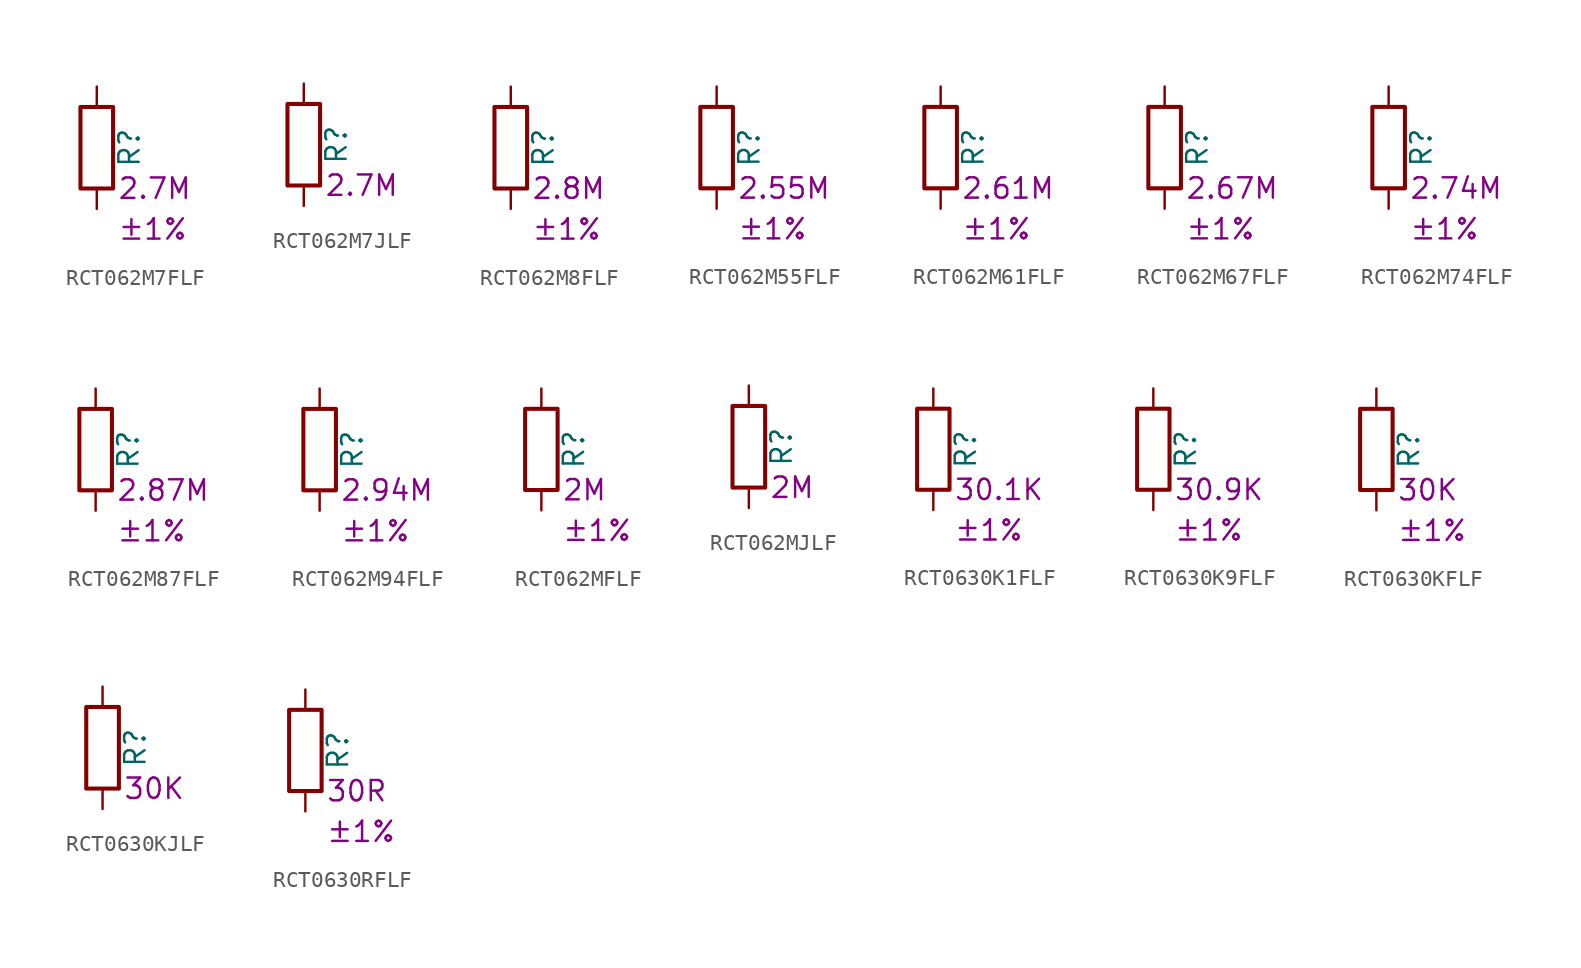
<source format=kicad_sym>
(kicad_symbol_lib
  (version 20220914)
  (generator kicad_symbol_editor)
  (symbol "RCT062M7FLF"
    (pin_numbers hide)
    (pin_names
      (offset 0))
    (property "Reference" "R"
      (at 2.032 0 90)
      (effects (font (size 1.27 1.27))))
    (property "Resistance" "2.7M"
      (at 1.27 -2.54 0)
      (effects (font (size 1.27 1.27)) (justify left)))
    (property "Tolerance" "±1%"
      (at 1.27 -5.08 0)
      (effects (font (size 1.27 1.27)) (justify left)))
    (symbol "RCT062M7FLF_0_1"
      (rectangle (start -1.016 -2.54) (end 1.016 2.54) (stroke (width 0.254) (type default)) (fill (type none))))
    (symbol "RCT062M7FLF_1_1"
      (pin passive line (at 0 3.81 270) (length 1.27) (name "~" (effects (font (size 1.27 1.27)))) (number "1" (effects (font (size 1.27 1.27)))))
      (pin passive line (at 0 -3.81 90) (length 1.27) (name "~" (effects (font (size 1.27 1.27)))) (number "2" (effects (font (size 1.27 1.27)))))))
  (symbol "RCT062M7JLF"
    (pin_numbers hide)
    (pin_names
      (offset 0))
    (property "Reference" "R"
      (at 2.032 0 90)
      (effects (font (size 1.27 1.27))))
    (property "Resistance" "2.7M"
      (at 1.27 -2.54 0)
      (effects (font (size 1.27 1.27)) (justify left)))
    (symbol "RCT062M7JLF_0_1"
      (rectangle (start -1.016 -2.54) (end 1.016 2.54) (stroke (width 0.254) (type default)) (fill (type none))))
    (symbol "RCT062M7JLF_1_1"
      (pin passive line (at 0 3.81 270) (length 1.27) (name "~" (effects (font (size 1.27 1.27)))) (number "1" (effects (font (size 1.27 1.27)))))
      (pin passive line (at 0 -3.81 90) (length 1.27) (name "~" (effects (font (size 1.27 1.27)))) (number "2" (effects (font (size 1.27 1.27)))))))
  (symbol "RCT062M8FLF"
    (pin_numbers hide)
    (pin_names
      (offset 0))
    (property "Reference" "R"
      (at 2.032 0 90)
      (effects (font (size 1.27 1.27))))
    (property "Resistance" "2.8M"
      (at 1.27 -2.54 0)
      (effects (font (size 1.27 1.27)) (justify left)))
    (property "Tolerance" "±1%"
      (at 1.27 -5.08 0)
      (effects (font (size 1.27 1.27)) (justify left)))
    (symbol "RCT062M8FLF_0_1"
      (rectangle (start -1.016 -2.54) (end 1.016 2.54) (stroke (width 0.254) (type default)) (fill (type none))))
    (symbol "RCT062M8FLF_1_1"
      (pin passive line (at 0 3.81 270) (length 1.27) (name "~" (effects (font (size 1.27 1.27)))) (number "1" (effects (font (size 1.27 1.27)))))
      (pin passive line (at 0 -3.81 90) (length 1.27) (name "~" (effects (font (size 1.27 1.27)))) (number "2" (effects (font (size 1.27 1.27)))))))
  (symbol "RCT062M55FLF"
    (pin_numbers hide)
    (pin_names
      (offset 0))
    (property "Reference" "R"
      (at 2.032 0 90)
      (effects (font (size 1.27 1.27))))
    (property "Resistance" "2.55M"
      (at 1.27 -2.54 0)
      (effects (font (size 1.27 1.27)) (justify left)))
    (property "Tolerance" "±1%"
      (at 1.27 -5.08 0)
      (effects (font (size 1.27 1.27)) (justify left)))
    (symbol "RCT062M55FLF_0_1"
      (rectangle (start -1.016 -2.54) (end 1.016 2.54) (stroke (width 0.254) (type default)) (fill (type none))))
    (symbol "RCT062M55FLF_1_1"
      (pin passive line (at 0 3.81 270) (length 1.27) (name "~" (effects (font (size 1.27 1.27)))) (number "1" (effects (font (size 1.27 1.27)))))
      (pin passive line (at 0 -3.81 90) (length 1.27) (name "~" (effects (font (size 1.27 1.27)))) (number "2" (effects (font (size 1.27 1.27)))))))
  (symbol "RCT062M61FLF"
    (pin_numbers hide)
    (pin_names
      (offset 0))
    (property "Reference" "R"
      (at 2.032 0 90)
      (effects (font (size 1.27 1.27))))
    (property "Resistance" "2.61M"
      (at 1.27 -2.54 0)
      (effects (font (size 1.27 1.27)) (justify left)))
    (property "Tolerance" "±1%"
      (at 1.27 -5.08 0)
      (effects (font (size 1.27 1.27)) (justify left)))
    (symbol "RCT062M61FLF_0_1"
      (rectangle (start -1.016 -2.54) (end 1.016 2.54) (stroke (width 0.254) (type default)) (fill (type none))))
    (symbol "RCT062M61FLF_1_1"
      (pin passive line (at 0 3.81 270) (length 1.27) (name "~" (effects (font (size 1.27 1.27)))) (number "1" (effects (font (size 1.27 1.27)))))
      (pin passive line (at 0 -3.81 90) (length 1.27) (name "~" (effects (font (size 1.27 1.27)))) (number "2" (effects (font (size 1.27 1.27)))))))
  (symbol "RCT062M67FLF"
    (pin_numbers hide)
    (pin_names
      (offset 0))
    (property "Reference" "R"
      (at 2.032 0 90)
      (effects (font (size 1.27 1.27))))
    (property "Resistance" "2.67M"
      (at 1.27 -2.54 0)
      (effects (font (size 1.27 1.27)) (justify left)))
    (property "Tolerance" "±1%"
      (at 1.27 -5.08 0)
      (effects (font (size 1.27 1.27)) (justify left)))
    (symbol "RCT062M67FLF_0_1"
      (rectangle (start -1.016 -2.54) (end 1.016 2.54) (stroke (width 0.254) (type default)) (fill (type none))))
    (symbol "RCT062M67FLF_1_1"
      (pin passive line (at 0 3.81 270) (length 1.27) (name "~" (effects (font (size 1.27 1.27)))) (number "1" (effects (font (size 1.27 1.27)))))
      (pin passive line (at 0 -3.81 90) (length 1.27) (name "~" (effects (font (size 1.27 1.27)))) (number "2" (effects (font (size 1.27 1.27)))))))
  (symbol "RCT062M74FLF"
    (pin_numbers hide)
    (pin_names
      (offset 0))
    (property "Reference" "R"
      (at 2.032 0 90)
      (effects (font (size 1.27 1.27))))
    (property "Resistance" "2.74M"
      (at 1.27 -2.54 0)
      (effects (font (size 1.27 1.27)) (justify left)))
    (property "Tolerance" "±1%"
      (at 1.27 -5.08 0)
      (effects (font (size 1.27 1.27)) (justify left)))
    (symbol "RCT062M74FLF_0_1"
      (rectangle (start -1.016 -2.54) (end 1.016 2.54) (stroke (width 0.254) (type default)) (fill (type none))))
    (symbol "RCT062M74FLF_1_1"
      (pin passive line (at 0 3.81 270) (length 1.27) (name "~" (effects (font (size 1.27 1.27)))) (number "1" (effects (font (size 1.27 1.27)))))
      (pin passive line (at 0 -3.81 90) (length 1.27) (name "~" (effects (font (size 1.27 1.27)))) (number "2" (effects (font (size 1.27 1.27)))))))
  (symbol "RCT062M87FLF"
    (pin_numbers hide)
    (pin_names
      (offset 0))
    (property "Reference" "R"
      (at 2.032 0 90)
      (effects (font (size 1.27 1.27))))
    (property "Resistance" "2.87M"
      (at 1.27 -2.54 0)
      (effects (font (size 1.27 1.27)) (justify left)))
    (property "Tolerance" "±1%"
      (at 1.27 -5.08 0)
      (effects (font (size 1.27 1.27)) (justify left)))
    (symbol "RCT062M87FLF_0_1"
      (rectangle (start -1.016 -2.54) (end 1.016 2.54) (stroke (width 0.254) (type default)) (fill (type none))))
    (symbol "RCT062M87FLF_1_1"
      (pin passive line (at 0 3.81 270) (length 1.27) (name "~" (effects (font (size 1.27 1.27)))) (number "1" (effects (font (size 1.27 1.27)))))
      (pin passive line (at 0 -3.81 90) (length 1.27) (name "~" (effects (font (size 1.27 1.27)))) (number "2" (effects (font (size 1.27 1.27)))))))
  (symbol "RCT062M94FLF"
    (pin_numbers hide)
    (pin_names
      (offset 0))
    (property "Reference" "R"
      (at 2.032 0 90)
      (effects (font (size 1.27 1.27))))
    (property "Resistance" "2.94M"
      (at 1.27 -2.54 0)
      (effects (font (size 1.27 1.27)) (justify left)))
    (property "Tolerance" "±1%"
      (at 1.27 -5.08 0)
      (effects (font (size 1.27 1.27)) (justify left)))
    (symbol "RCT062M94FLF_0_1"
      (rectangle (start -1.016 -2.54) (end 1.016 2.54) (stroke (width 0.254) (type default)) (fill (type none))))
    (symbol "RCT062M94FLF_1_1"
      (pin passive line (at 0 3.81 270) (length 1.27) (name "~" (effects (font (size 1.27 1.27)))) (number "1" (effects (font (size 1.27 1.27)))))
      (pin passive line (at 0 -3.81 90) (length 1.27) (name "~" (effects (font (size 1.27 1.27)))) (number "2" (effects (font (size 1.27 1.27)))))))
  (symbol "RCT062MFLF"
    (pin_numbers hide)
    (pin_names
      (offset 0))
    (property "Reference" "R"
      (at 2.032 0 90)
      (effects (font (size 1.27 1.27))))
    (property "Resistance" "2M"
      (at 1.27 -2.54 0)
      (effects (font (size 1.27 1.27)) (justify left)))
    (property "Tolerance" "±1%"
      (at 1.27 -5.08 0)
      (effects (font (size 1.27 1.27)) (justify left)))
    (symbol "RCT062MFLF_0_1"
      (rectangle (start -1.016 -2.54) (end 1.016 2.54) (stroke (width 0.254) (type default)) (fill (type none))))
    (symbol "RCT062MFLF_1_1"
      (pin passive line (at 0 3.81 270) (length 1.27) (name "~" (effects (font (size 1.27 1.27)))) (number "1" (effects (font (size 1.27 1.27)))))
      (pin passive line (at 0 -3.81 90) (length 1.27) (name "~" (effects (font (size 1.27 1.27)))) (number "2" (effects (font (size 1.27 1.27)))))))
  (symbol "RCT062MJLF"
    (pin_numbers hide)
    (pin_names
      (offset 0))
    (property "Reference" "R"
      (at 2.032 0 90)
      (effects (font (size 1.27 1.27))))
    (property "Resistance" "2M"
      (at 1.27 -2.54 0)
      (effects (font (size 1.27 1.27)) (justify left)))
    (symbol "RCT062MJLF_0_1"
      (rectangle (start -1.016 -2.54) (end 1.016 2.54) (stroke (width 0.254) (type default)) (fill (type none))))
    (symbol "RCT062MJLF_1_1"
      (pin passive line (at 0 3.81 270) (length 1.27) (name "~" (effects (font (size 1.27 1.27)))) (number "1" (effects (font (size 1.27 1.27)))))
      (pin passive line (at 0 -3.81 90) (length 1.27) (name "~" (effects (font (size 1.27 1.27)))) (number "2" (effects (font (size 1.27 1.27)))))))
  (symbol "RCT0630K1FLF"
    (pin_numbers hide)
    (pin_names
      (offset 0))
    (property "Reference" "R"
      (at 2.032 0 90)
      (effects (font (size 1.27 1.27))))
    (property "Resistance" "30.1K"
      (at 1.27 -2.54 0)
      (effects (font (size 1.27 1.27)) (justify left)))
    (property "Tolerance" "±1%"
      (at 1.27 -5.08 0)
      (effects (font (size 1.27 1.27)) (justify left)))
    (symbol "RCT0630K1FLF_0_1"
      (rectangle (start -1.016 -2.54) (end 1.016 2.54) (stroke (width 0.254) (type default)) (fill (type none))))
    (symbol "RCT0630K1FLF_1_1"
      (pin passive line (at 0 3.81 270) (length 1.27) (name "~" (effects (font (size 1.27 1.27)))) (number "1" (effects (font (size 1.27 1.27)))))
      (pin passive line (at 0 -3.81 90) (length 1.27) (name "~" (effects (font (size 1.27 1.27)))) (number "2" (effects (font (size 1.27 1.27)))))))
  (symbol "RCT0630K9FLF"
    (pin_numbers hide)
    (pin_names
      (offset 0))
    (property "Reference" "R"
      (at 2.032 0 90)
      (effects (font (size 1.27 1.27))))
    (property "Resistance" "30.9K"
      (at 1.27 -2.54 0)
      (effects (font (size 1.27 1.27)) (justify left)))
    (property "Tolerance" "±1%"
      (at 1.27 -5.08 0)
      (effects (font (size 1.27 1.27)) (justify left)))
    (symbol "RCT0630K9FLF_0_1"
      (rectangle (start -1.016 -2.54) (end 1.016 2.54) (stroke (width 0.254) (type default)) (fill (type none))))
    (symbol "RCT0630K9FLF_1_1"
      (pin passive line (at 0 3.81 270) (length 1.27) (name "~" (effects (font (size 1.27 1.27)))) (number "1" (effects (font (size 1.27 1.27)))))
      (pin passive line (at 0 -3.81 90) (length 1.27) (name "~" (effects (font (size 1.27 1.27)))) (number "2" (effects (font (size 1.27 1.27)))))))
  (symbol "RCT0630KFLF"
    (pin_numbers hide)
    (pin_names
      (offset 0))
    (property "Reference" "R"
      (at 2.032 0 90)
      (effects (font (size 1.27 1.27))))
    (property "Resistance" "30K"
      (at 1.27 -2.54 0)
      (effects (font (size 1.27 1.27)) (justify left)))
    (property "Tolerance" "±1%"
      (at 1.27 -5.08 0)
      (effects (font (size 1.27 1.27)) (justify left)))
    (symbol "RCT0630KFLF_0_1"
      (rectangle (start -1.016 -2.54) (end 1.016 2.54) (stroke (width 0.254) (type default)) (fill (type none))))
    (symbol "RCT0630KFLF_1_1"
      (pin passive line (at 0 3.81 270) (length 1.27) (name "~" (effects (font (size 1.27 1.27)))) (number "1" (effects (font (size 1.27 1.27)))))
      (pin passive line (at 0 -3.81 90) (length 1.27) (name "~" (effects (font (size 1.27 1.27)))) (number "2" (effects (font (size 1.27 1.27)))))))
  (symbol "RCT0630KJLF"
    (pin_numbers hide)
    (pin_names
      (offset 0))
    (property "Reference" "R"
      (at 2.032 0 90)
      (effects (font (size 1.27 1.27))))
    (property "Resistance" "30K"
      (at 1.27 -2.54 0)
      (effects (font (size 1.27 1.27)) (justify left)))
    (symbol "RCT0630KJLF_0_1"
      (rectangle (start -1.016 -2.54) (end 1.016 2.54) (stroke (width 0.254) (type default)) (fill (type none))))
    (symbol "RCT0630KJLF_1_1"
      (pin passive line (at 0 3.81 270) (length 1.27) (name "~" (effects (font (size 1.27 1.27)))) (number "1" (effects (font (size 1.27 1.27)))))
      (pin passive line (at 0 -3.81 90) (length 1.27) (name "~" (effects (font (size 1.27 1.27)))) (number "2" (effects (font (size 1.27 1.27)))))))
  (symbol "RCT0630RFLF"
    (pin_numbers hide)
    (pin_names
      (offset 0))
    (property "Reference" "R"
      (at 2.032 0 90)
      (effects (font (size 1.27 1.27))))
    (property "Resistance" "30R"
      (at 1.27 -2.54 0)
      (effects (font (size 1.27 1.27)) (justify left)))
    (property "Tolerance" "±1%"
      (at 1.27 -5.08 0)
      (effects (font (size 1.27 1.27)) (justify left)))
    (symbol "RCT0630RFLF_0_1"
      (rectangle (start -1.016 -2.54) (end 1.016 2.54) (stroke (width 0.254) (type default)) (fill (type none))))
    (symbol "RCT0630RFLF_1_1"
      (pin passive line (at 0 3.81 270) (length 1.27) (name "~" (effects (font (size 1.27 1.27)))) (number "1" (effects (font (size 1.27 1.27)))))
      (pin passive line (at 0 -3.81 90) (length 1.27) (name "~" (effects (font (size 1.27 1.27)))) (number "2" (effects (font (size 1.27 1.27))))))))
</source>
